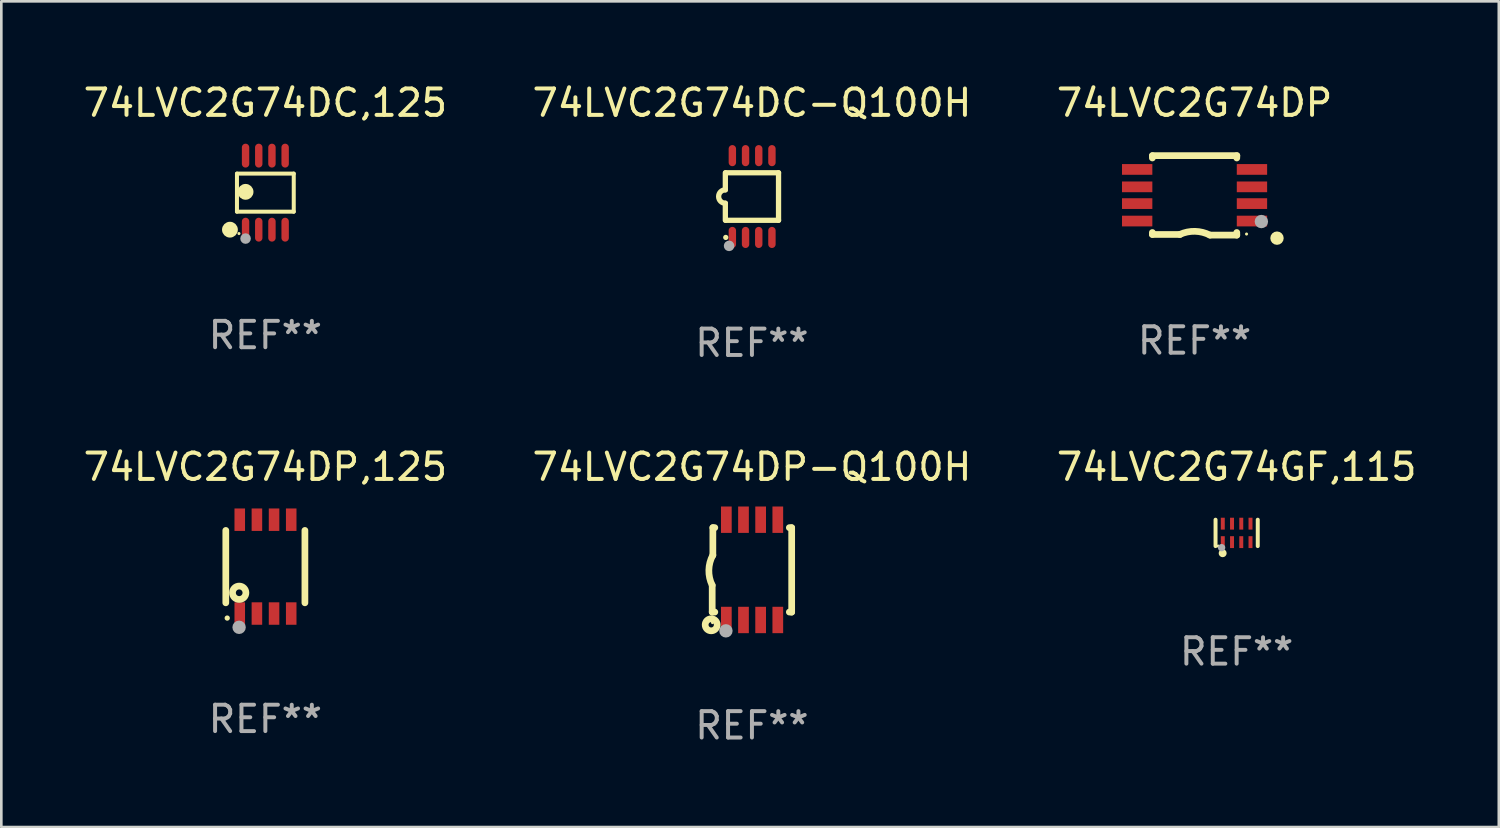
<source format=kicad_pcb>
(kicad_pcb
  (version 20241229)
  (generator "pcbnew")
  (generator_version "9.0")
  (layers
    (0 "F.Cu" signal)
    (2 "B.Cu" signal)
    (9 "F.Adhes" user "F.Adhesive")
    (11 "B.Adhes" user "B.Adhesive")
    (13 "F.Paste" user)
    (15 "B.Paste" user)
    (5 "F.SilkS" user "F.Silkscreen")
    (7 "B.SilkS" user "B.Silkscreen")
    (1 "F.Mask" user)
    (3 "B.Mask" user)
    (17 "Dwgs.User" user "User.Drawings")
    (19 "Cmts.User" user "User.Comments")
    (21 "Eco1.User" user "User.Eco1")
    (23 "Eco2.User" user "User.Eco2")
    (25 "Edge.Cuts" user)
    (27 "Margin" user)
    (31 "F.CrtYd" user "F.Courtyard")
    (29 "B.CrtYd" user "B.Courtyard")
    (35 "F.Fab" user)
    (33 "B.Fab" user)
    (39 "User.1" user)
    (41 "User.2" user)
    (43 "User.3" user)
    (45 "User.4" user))
  (footprint "74LVC2G74DP"
    (layer "F.Cu")
    (at 42.22 4.354)
    (property "Reference" "74LVC2G74DP" (at 0 -3.506 0) (layer "F.SilkS") (effects (font (size 1 1) (thickness 0.15))))
    (attr through_hole)
    (fp_line (start -1.599 -1.417) (end -1.599 -1.506) (stroke (width 0.254) (type solid)) (layer "F.SilkS"))
    (fp_line (start -1.599 1.481) (end -1.599 1.407) (stroke (width 0.254) (type solid)) (layer "F.SilkS"))
    (fp_line (start -1.599 1.481) (end -0.549 1.481) (stroke (width 0.254) (type solid)) (layer "F.SilkS"))
    (fp_line (start 1.6 -1.417) (end 1.6 -1.506) (stroke (width 0.254) (type solid)) (layer "F.SilkS"))
    (fp_line (start 1.6 1.506) (end 0.584 1.506) (stroke (width 0.254) (type solid)) (layer "F.SilkS"))
    (fp_line (start 1.6 1.506) (end 1.6 1.407) (stroke (width 0.254) (type solid)) (layer "F.SilkS"))
    (fp_line (start 1.603 -1.506) (end -1.595 -1.506) (stroke (width 0.254) (type solid)) (layer "F.SilkS"))
    (fp_arc (start -0.558928 1.480823) (mid 0.015482 1.362634) (end 0.584074 1.506223) (stroke (width 0.254001) (type solid)) (layer "F.SilkS"))
    (fp_circle (center 1.97 1.465) (end 2 1.465) (stroke (width 0.06) (type solid)) (fill no) (layer "F.SilkS"))
    (fp_circle (center 3.124 1.621) (end 3.251 1.621) (stroke (width 0.254) (type solid)) (fill no) (layer "F.SilkS"))
    (fp_circle (center 2.532 0.992) (end 2.659 0.992) (stroke (width 0.254) (type solid)) (fill no) (layer "F.Fab"))
    (fp_text user "REF**" (at 0 5.506 0) (layer "F.Fab") (effects (font (size 1 1) (thickness 0.15))))
    (pad "1" smd rect (at 2.175 0.973 180) (size 1.15 0.406) (layers "F.Cu" "F.Mask" "F.Paste"))
    (pad "2" smd rect (at 2.175 0.312 180) (size 1.15 0.406) (layers "F.Cu" "F.Mask" "F.Paste"))
    (pad "3" smd rect (at 2.175 -0.323 180) (size 1.15 0.406) (layers "F.Cu" "F.Mask" "F.Paste"))
    (pad "4" smd rect (at 2.175 -0.983 180) (size 1.15 0.406) (layers "F.Cu" "F.Mask" "F.Paste"))
    (pad "5" smd rect (at -2.175 -0.983 180) (size 1.15 0.406) (layers "F.Cu" "F.Mask" "F.Paste"))
    (pad "6" smd rect (at -2.175 -0.323 180) (size 1.15 0.406) (layers "F.Cu" "F.Mask" "F.Paste"))
    (pad "7" smd rect (at -2.175 0.312 180) (size 1.15 0.406) (layers "F.Cu" "F.Mask" "F.Paste"))
    (pad "8" smd rect (at -2.175 0.973 180) (size 1.15 0.406) (layers "F.Cu" "F.Mask" "F.Paste")))
  (footprint "74LVC2G74DP,125"
    (layer "F.Cu")
    (at 7.006 18.423)
    (property "Reference" "74LVC2G74DP,125" (at 0 -3.778 0) (layer "F.SilkS") (effects (font (size 1 1) (thickness 0.15))))
    (attr through_hole)
    (fp_line (start -1.499 -1.372) (end -1.499 1.372) (stroke (width 0.254) (type solid)) (layer "F.SilkS"))
    (fp_line (start 1.499 -1.372) (end 1.499 1.372) (stroke (width 0.254) (type solid)) (layer "F.SilkS"))
    (fp_circle (center -1.445 1.95) (end -1.395 1.95) (stroke (width 0.1) (type solid)) (fill no) (layer "F.SilkS"))
    (fp_circle (center -0.991 0.991) (end -0.737 0.991) (stroke (width 0.254) (type solid)) (fill no) (layer "F.SilkS"))
    (fp_circle (center -0.995 2.3) (end -0.868 2.3) (stroke (width 0.254) (type solid)) (fill no) (layer "F.Fab"))
    (fp_text user "REF**" (at 0 5.778 0) (layer "F.Fab") (effects (font (size 1 1) (thickness 0.15))))
    (pad "1" smd rect (at -0.97 1.778) (size 0.4 0.851) (layers "F.Cu" "F.Mask" "F.Paste"))
    (pad "2" smd rect (at -0.32 1.778) (size 0.4 0.851) (layers "F.Cu" "F.Mask" "F.Paste"))
    (pad "3" smd rect (at 0.33 1.778) (size 0.4 0.851) (layers "F.Cu" "F.Mask" "F.Paste"))
    (pad "4" smd rect (at 0.98 1.778) (size 0.4 0.851) (layers "F.Cu" "F.Mask" "F.Paste"))
    (pad "5" smd rect (at 0.98 -1.778) (size 0.4 0.851) (layers "F.Cu" "F.Mask" "F.Paste"))
    (pad "6" smd rect (at 0.33 -1.778) (size 0.4 0.851) (layers "F.Cu" "F.Mask" "F.Paste"))
    (pad "7" smd rect (at -0.32 -1.778) (size 0.4 0.851) (layers "F.Cu" "F.Mask" "F.Paste"))
    (pad "8" smd rect (at -0.97 -1.778) (size 0.4 0.851) (layers "F.Cu" "F.Mask" "F.Paste")))
  (footprint "74LVC2G74DC-Q100H"
    (layer "F.Cu")
    (at 25.446 4.398)
    (property "Reference" "74LVC2G74DC-Q100H" (at 0 -3.55 0) (layer "F.SilkS") (effects (font (size 1 1) (thickness 0.15))))
    (attr through_hole)
    (fp_line (start -1.008 -0.254) (end -1.008 -0.9) (stroke (width 0.2) (type solid)) (layer "F.SilkS"))
    (fp_line (start -1.008 0.254) (end -1.008 0.9) (stroke (width 0.2) (type solid)) (layer "F.SilkS"))
    (fp_line (start -0.992 0.9) (end 1.008 0.9) (stroke (width 0.2) (type solid)) (layer "F.SilkS"))
    (fp_line (start 1.008 -0.9) (end -0.992 -0.9) (stroke (width 0.2) (type solid)) (layer "F.SilkS"))
    (fp_line (start 1.008 0.9) (end 1.008 -0.9) (stroke (width 0.2) (type solid)) (layer "F.SilkS"))
    (fp_arc (start -1.008001 0.254001) (mid -1.262002 0) (end -1.008001 -0.254001) (stroke (width 0.2) (type solid)) (layer "F.SilkS"))
    (fp_circle (center -0.992 1.55) (end -0.942 1.55) (stroke (width 0.1) (type solid)) (fill no) (layer "F.SilkS"))
    (fp_circle (center -0.866 1.87) (end -0.766 1.87) (stroke (width 0.2) (type solid)) (fill no) (layer "F.Fab"))
    (fp_text user "REF**" (at 0 5.55 0) (layer "F.Fab") (effects (font (size 1 1) (thickness 0.15))))
    (pad "1" smd oval (at -0.742 1.55 270) (size 0.8 0.28) (layers "F.Cu" "F.Mask" "F.Paste"))
    (pad "2" smd oval (at -0.242 1.55 270) (size 0.8 0.28) (layers "F.Cu" "F.Mask" "F.Paste"))
    (pad "3" smd oval (at 0.258 1.55 270) (size 0.8 0.28) (layers "F.Cu" "F.Mask" "F.Paste"))
    (pad "4" smd oval (at 0.758 1.55 270) (size 0.8 0.28) (layers "F.Cu" "F.Mask" "F.Paste"))
    (pad "5" smd oval (at 0.758 -1.55 270) (size 0.8 0.28) (layers "F.Cu" "F.Mask" "F.Paste"))
    (pad "6" smd oval (at 0.258 -1.55 270) (size 0.8 0.28) (layers "F.Cu" "F.Mask" "F.Paste"))
    (pad "7" smd oval (at -0.242 -1.55 270) (size 0.8 0.28) (layers "F.Cu" "F.Mask" "F.Paste"))
    (pad "8" smd oval (at -0.742 -1.55 270) (size 0.8 0.28) (layers "F.Cu" "F.Mask" "F.Paste")))
  (footprint "74LVC2G74DP-Q100H"
    (layer "F.Cu")
    (at 25.446 18.545)
    (property "Reference" "74LVC2G74DP-Q100H" (at 0 -3.9 0) (layer "F.SilkS") (effects (font (size 1 1) (thickness 0.15))))
    (attr through_hole)
    (fp_line (start -1.506 1.6) (end -1.506 0.584) (stroke (width 0.254) (type solid)) (layer "F.SilkS"))
    (fp_line (start -1.506 1.6) (end -1.407 1.6) (stroke (width 0.254) (type solid)) (layer "F.SilkS"))
    (fp_line (start -1.481 -1.599) (end -1.481 -0.549) (stroke (width 0.254) (type solid)) (layer "F.SilkS"))
    (fp_line (start -1.481 -1.599) (end -1.407 -1.599) (stroke (width 0.254) (type solid)) (layer "F.SilkS"))
    (fp_line (start 1.417 -1.599) (end 1.506 -1.599) (stroke (width 0.254) (type solid)) (layer "F.SilkS"))
    (fp_line (start 1.417 1.6) (end 1.506 1.6) (stroke (width 0.254) (type solid)) (layer "F.SilkS"))
    (fp_line (start 1.506 1.603) (end 1.506 -1.595) (stroke (width 0.254) (type solid)) (layer "F.SilkS"))
    (fp_arc (start -1.506223 0.584328) (mid -1.632455 0.00974) (end -1.480823 -0.558674) (stroke (width 0.254001) (type solid)) (layer "F.SilkS"))
    (fp_circle (center -1.544 2.083) (end -1.443 2.083) (stroke (width 0.254) (type solid)) (fill no) (layer "F.SilkS"))
    (fp_circle (center -1.495 2) (end -1.465 2) (stroke (width 0.06) (type solid)) (fill no) (layer "F.SilkS"))
    (fp_circle (center -0.986 2.312) (end -0.859 2.312) (stroke (width 0.254) (type solid)) (fill no) (layer "F.Fab"))
    (fp_text user "REF**" (at 0 5.9 0) (layer "F.Fab") (effects (font (size 1 1) (thickness 0.15))))
    (pad "1" smd rect (at -0.97 1.9 90) (size 1 0.406) (layers "F.Cu" "F.Mask" "F.Paste"))
    (pad "2" smd rect (at -0.32 1.9 90) (size 1 0.406) (layers "F.Cu" "F.Mask" "F.Paste"))
    (pad "3" smd rect (at 0.33 1.9 90) (size 1 0.406) (layers "F.Cu" "F.Mask" "F.Paste"))
    (pad "4" smd rect (at 0.98 1.9 90) (size 1 0.406) (layers "F.Cu" "F.Mask" "F.Paste"))
    (pad "5" smd rect (at 0.98 -1.9 90) (size 1 0.406) (layers "F.Cu" "F.Mask" "F.Paste"))
    (pad "6" smd rect (at 0.33 -1.9 90) (size 1 0.406) (layers "F.Cu" "F.Mask" "F.Paste"))
    (pad "7" smd rect (at -0.32 -1.9 90) (size 1 0.406) (layers "F.Cu" "F.Mask" "F.Paste"))
    (pad "8" smd rect (at -0.97 -1.9 90) (size 1 0.406) (layers "F.Cu" "F.Mask" "F.Paste")))
  (footprint "74LVC2G74DC,125"
    (layer "F.Cu")
    (at 7.006 4.251)
    (property "Reference" "74LVC2G74DC,125" (at 0 -3.403 0) (layer "F.SilkS") (effects (font (size 1 1) (thickness 0.15))))
    (attr through_hole)
    (fp_line (start -1.076 -0.721) (end 1.076 -0.721) (stroke (width 0.152) (type solid)) (layer "F.SilkS"))
    (fp_line (start -1.076 0.721) (end -1.076 -0.721) (stroke (width 0.152) (type solid)) (layer "F.SilkS"))
    (fp_line (start 1.076 -0.721) (end 1.076 0.721) (stroke (width 0.152) (type solid)) (layer "F.SilkS"))
    (fp_line (start 1.076 0.721) (end -1.076 0.721) (stroke (width 0.152) (type solid)) (layer "F.SilkS"))
    (fp_circle (center -1.342 1.403) (end -1.192 1.403) (stroke (width 0.3) (type solid)) (fill no) (layer "F.SilkS"))
    (fp_circle (center -1 1.55) (end -0.97 1.55) (stroke (width 0.06) (type solid)) (fill no) (layer "F.SilkS"))
    (fp_circle (center -0.75 -0.031) (end -0.6 -0.031) (stroke (width 0.3) (type solid)) (fill no) (layer "F.SilkS"))
    (fp_circle (center -0.75 1.74) (end -0.65 1.74) (stroke (width 0.2) (type solid)) (fill no) (layer "F.Fab"))
    (fp_text user "REF**" (at 0 5.403 0) (layer "F.Fab") (effects (font (size 1 1) (thickness 0.15))))
    (pad "1" smd oval (at -0.75 1.403) (size 0.28 0.905) (layers "F.Cu" "F.Mask" "F.Paste"))
    (pad "2" smd oval (at -0.25 1.403) (size 0.28 0.905) (layers "F.Cu" "F.Mask" "F.Paste"))
    (pad "3" smd oval (at 0.25 1.403) (size 0.28 0.905) (layers "F.Cu" "F.Mask" "F.Paste"))
    (pad "4" smd oval (at 0.75 1.403) (size 0.28 0.905) (layers "F.Cu" "F.Mask" "F.Paste"))
    (pad "5" smd oval (at 0.75 -1.403) (size 0.28 0.905) (layers "F.Cu" "F.Mask" "F.Paste"))
    (pad "6" smd oval (at 0.25 -1.403) (size 0.28 0.905) (layers "F.Cu" "F.Mask" "F.Paste"))
    (pad "7" smd oval (at -0.25 -1.403) (size 0.28 0.905) (layers "F.Cu" "F.Mask" "F.Paste"))
    (pad "8" smd oval (at -0.75 -1.403) (size 0.28 0.905) (layers "F.Cu" "F.Mask" "F.Paste")))
  (footprint "74LVC2G74GF,115"
    (layer "F.Cu")
    (at 43.815 17.145)
    (property "Reference" "74LVC2G74GF,115" (at 0 -2.5 0) (layer "F.SilkS") (effects (font (size 1 1) (thickness 0.15))))
    (attr through_hole)
    (fp_line (start -0.8 -0.5) (end -0.8 0.5) (stroke (width 0.15) (type solid)) (layer "F.SilkS"))
    (fp_line (start 0.8 -0.5) (end 0.8 0.5) (stroke (width 0.15) (type solid)) (layer "F.SilkS"))
    (fp_circle (center -0.7 0.5) (end -0.67 0.5) (stroke (width 0.06) (type solid)) (fill no) (layer "F.SilkS"))
    (fp_circle (center -0.53 0.77) (end -0.454 0.77) (stroke (width 0.15) (type solid)) (fill no) (layer "F.SilkS"))
    (fp_circle (center -0.57 0.56) (end -0.5 0.56) (stroke (width 0.14) (type solid)) (fill no) (layer "F.Fab"))
    (fp_text user "REF**" (at 0 4.5 0) (layer "F.Fab") (effects (font (size 1 1) (thickness 0.15))))
    (pad "1" smd rect (at -0.525 0.35) (size 0.15 0.45) (layers "F.Cu" "F.Mask" "F.Paste"))
    (pad "2" smd rect (at -0.175 0.35) (size 0.15 0.45) (layers "F.Cu" "F.Mask" "F.Paste"))
    (pad "3" smd rect (at 0.175 0.35) (size 0.15 0.45) (layers "F.Cu" "F.Mask" "F.Paste"))
    (pad "4" smd rect (at 0.525 0.35) (size 0.15 0.45) (layers "F.Cu" "F.Mask" "F.Paste"))
    (pad "5" smd rect (at 0.525 -0.35) (size 0.15 0.45) (layers "F.Cu" "F.Mask" "F.Paste"))
    (pad "6" smd rect (at 0.175 -0.35) (size 0.15 0.45) (layers "F.Cu" "F.Mask" "F.Paste"))
    (pad "7" smd rect (at -0.175 -0.35) (size 0.15 0.45) (layers "F.Cu" "F.Mask" "F.Paste"))
    (pad "8" smd rect (at -0.525 -0.35) (size 0.15 0.45) (layers "F.Cu" "F.Mask" "F.Paste")))
  (gr_rect
    (start -3 -3)
    (end 53.75 28.293)
    (stroke (width 0.1) (type default))
    (fill no)
    (layer "Edge.Cuts")))
</source>
